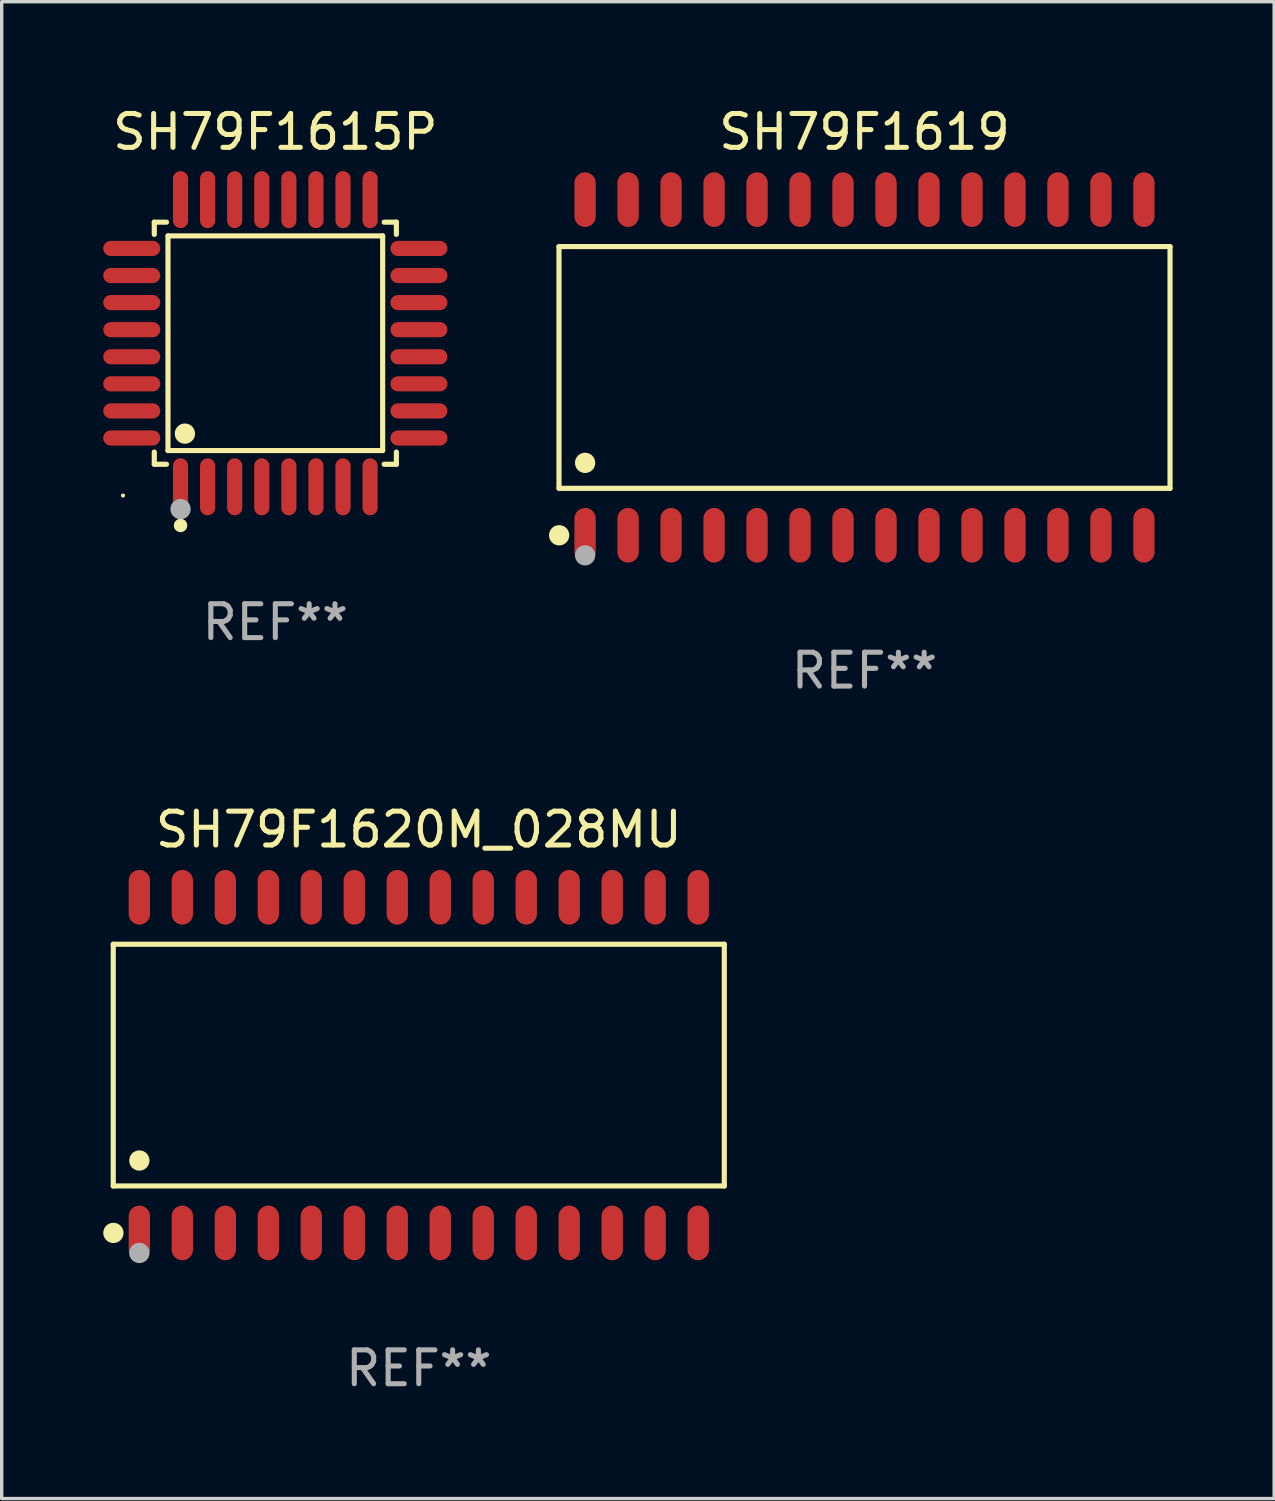
<source format=kicad_pcb>
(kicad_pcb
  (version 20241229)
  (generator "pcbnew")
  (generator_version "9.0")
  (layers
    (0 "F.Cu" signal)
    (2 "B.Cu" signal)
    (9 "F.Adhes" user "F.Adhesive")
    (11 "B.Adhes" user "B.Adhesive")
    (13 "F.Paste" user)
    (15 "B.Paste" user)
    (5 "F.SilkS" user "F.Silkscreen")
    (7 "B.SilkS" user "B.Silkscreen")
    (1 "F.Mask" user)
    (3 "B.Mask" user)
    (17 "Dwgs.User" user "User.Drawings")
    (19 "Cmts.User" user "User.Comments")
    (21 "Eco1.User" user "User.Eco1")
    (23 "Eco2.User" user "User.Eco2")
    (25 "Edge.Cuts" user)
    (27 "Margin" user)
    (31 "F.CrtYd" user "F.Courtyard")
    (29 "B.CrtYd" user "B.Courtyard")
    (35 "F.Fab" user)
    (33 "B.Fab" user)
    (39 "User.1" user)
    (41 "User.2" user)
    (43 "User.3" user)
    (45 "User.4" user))
  (footprint "SH79F1615P"
    (layer "F.Cu")
    (at 5.084 7.09)
    (property "Reference" "SH79F1615P" (at 0 -6.242 0) (layer "F.SilkS") (effects (font (size 1 1) (thickness 0.15))))
    (attr through_hole)
    (fp_line (start -3.576 -3.576) (end -3.215 -3.576) (stroke (width 0.152) (type solid)) (layer "F.SilkS"))
    (fp_line (start -3.576 -3.215) (end -3.576 -3.576) (stroke (width 0.152) (type solid)) (layer "F.SilkS"))
    (fp_line (start -3.576 3.215) (end -3.576 3.576) (stroke (width 0.152) (type solid)) (layer "F.SilkS"))
    (fp_line (start -3.576 3.576) (end -3.215 3.576) (stroke (width 0.152) (type solid)) (layer "F.SilkS"))
    (fp_line (start -3.171 -3.171) (end 3.171 -3.171) (stroke (width 0.152) (type solid)) (layer "F.SilkS"))
    (fp_line (start -3.171 3.171) (end -3.171 -3.171) (stroke (width 0.152) (type solid)) (layer "F.SilkS"))
    (fp_line (start 3.171 -3.171) (end 3.171 3.171) (stroke (width 0.152) (type solid)) (layer "F.SilkS"))
    (fp_line (start 3.171 3.171) (end -3.171 3.171) (stroke (width 0.152) (type solid)) (layer "F.SilkS"))
    (fp_line (start 3.576 -3.576) (end 3.215 -3.576) (stroke (width 0.152) (type solid)) (layer "F.SilkS"))
    (fp_line (start 3.576 -3.215) (end 3.576 -3.576) (stroke (width 0.152) (type solid)) (layer "F.SilkS"))
    (fp_line (start 3.576 3.215) (end 3.576 3.576) (stroke (width 0.152) (type solid)) (layer "F.SilkS"))
    (fp_line (start 3.576 3.576) (end 3.215 3.576) (stroke (width 0.152) (type solid)) (layer "F.SilkS"))
    (fp_circle (center -4.5 4.5) (end -4.47 4.5) (stroke (width 0.06) (type solid)) (fill no) (layer "F.SilkS"))
    (fp_circle (center -2.8 5.384) (end -2.7 5.384) (stroke (width 0.2) (type solid)) (fill no) (layer "F.SilkS"))
    (fp_circle (center -2.671 2.671) (end -2.521 2.671) (stroke (width 0.3) (type solid)) (fill no) (layer "F.SilkS"))
    (fp_circle (center -2.8 4.9) (end -2.65 4.9) (stroke (width 0.3) (type solid)) (fill no) (layer "F.Fab"))
    (fp_text user "REF**" (at 0 8.242 0) (layer "F.Fab") (effects (font (size 1 1) (thickness 0.15))))
    (pad "1" smd oval (at -2.8 4.242) (size 0.448 1.684) (layers "F.Cu" "F.Mask" "F.Paste"))
    (pad "2" smd oval (at -2 4.242) (size 0.448 1.684) (layers "F.Cu" "F.Mask" "F.Paste"))
    (pad "3" smd oval (at -1.2 4.242) (size 0.448 1.684) (layers "F.Cu" "F.Mask" "F.Paste"))
    (pad "4" smd oval (at -0.4 4.242) (size 0.448 1.684) (layers "F.Cu" "F.Mask" "F.Paste"))
    (pad "5" smd oval (at 0.4 4.242) (size 0.448 1.684) (layers "F.Cu" "F.Mask" "F.Paste"))
    (pad "6" smd oval (at 1.2 4.242) (size 0.448 1.684) (layers "F.Cu" "F.Mask" "F.Paste"))
    (pad "7" smd oval (at 2 4.242) (size 0.448 1.684) (layers "F.Cu" "F.Mask" "F.Paste"))
    (pad "8" smd oval (at 2.8 4.242) (size 0.448 1.684) (layers "F.Cu" "F.Mask" "F.Paste"))
    (pad "9" smd oval (at 4.242 2.8) (size 1.684 0.448) (layers "F.Cu" "F.Mask" "F.Paste"))
    (pad "10" smd oval (at 4.242 2) (size 1.684 0.448) (layers "F.Cu" "F.Mask" "F.Paste"))
    (pad "11" smd oval (at 4.242 1.2) (size 1.684 0.448) (layers "F.Cu" "F.Mask" "F.Paste"))
    (pad "12" smd oval (at 4.242 0.4) (size 1.684 0.448) (layers "F.Cu" "F.Mask" "F.Paste"))
    (pad "13" smd oval (at 4.242 -0.4) (size 1.684 0.448) (layers "F.Cu" "F.Mask" "F.Paste"))
    (pad "14" smd oval (at 4.242 -1.2) (size 1.684 0.448) (layers "F.Cu" "F.Mask" "F.Paste"))
    (pad "15" smd oval (at 4.242 -2) (size 1.684 0.448) (layers "F.Cu" "F.Mask" "F.Paste"))
    (pad "16" smd oval (at 4.242 -2.8) (size 1.684 0.448) (layers "F.Cu" "F.Mask" "F.Paste"))
    (pad "17" smd oval (at 2.8 -4.242) (size 0.448 1.684) (layers "F.Cu" "F.Mask" "F.Paste"))
    (pad "18" smd oval (at 2 -4.242) (size 0.448 1.684) (layers "F.Cu" "F.Mask" "F.Paste"))
    (pad "19" smd oval (at 1.2 -4.242) (size 0.448 1.684) (layers "F.Cu" "F.Mask" "F.Paste"))
    (pad "20" smd oval (at 0.4 -4.242) (size 0.448 1.684) (layers "F.Cu" "F.Mask" "F.Paste"))
    (pad "21" smd oval (at -0.4 -4.242) (size 0.448 1.684) (layers "F.Cu" "F.Mask" "F.Paste"))
    (pad "22" smd oval (at -1.2 -4.242) (size 0.448 1.684) (layers "F.Cu" "F.Mask" "F.Paste"))
    (pad "23" smd oval (at -2 -4.242) (size 0.448 1.684) (layers "F.Cu" "F.Mask" "F.Paste"))
    (pad "24" smd oval (at -2.8 -4.242) (size 0.448 1.684) (layers "F.Cu" "F.Mask" "F.Paste"))
    (pad "25" smd oval (at -4.242 -2.8) (size 1.684 0.448) (layers "F.Cu" "F.Mask" "F.Paste"))
    (pad "26" smd oval (at -4.242 -2) (size 1.684 0.448) (layers "F.Cu" "F.Mask" "F.Paste"))
    (pad "27" smd oval (at -4.242 -1.2) (size 1.684 0.448) (layers "F.Cu" "F.Mask" "F.Paste"))
    (pad "28" smd oval (at -4.242 -0.4) (size 1.684 0.448) (layers "F.Cu" "F.Mask" "F.Paste"))
    (pad "29" smd oval (at -4.242 0.4) (size 1.684 0.448) (layers "F.Cu" "F.Mask" "F.Paste"))
    (pad "30" smd oval (at -4.242 1.2) (size 1.684 0.448) (layers "F.Cu" "F.Mask" "F.Paste"))
    (pad "31" smd oval (at -4.242 2) (size 1.684 0.448) (layers "F.Cu" "F.Mask" "F.Paste"))
    (pad "32" smd oval (at -4.242 2.8) (size 1.684 0.448) (layers "F.Cu" "F.Mask" "F.Paste")))
  (footprint "SH79F1620M_028MU"
    (layer "F.Cu")
    (at 9.322 28.417)
    (property "Reference" "SH79F1620M_028MU" (at 0 -6.958 0) (layer "F.SilkS") (effects (font (size 1 1) (thickness 0.15))))
    (attr through_hole)
    (fp_line (start -9.026 -3.571) (end 9.026 -3.571) (stroke (width 0.152) (type solid)) (layer "F.SilkS"))
    (fp_line (start -9.026 3.571) (end -9.026 -3.571) (stroke (width 0.152) (type solid)) (layer "F.SilkS"))
    (fp_line (start 9.026 -3.571) (end 9.026 3.571) (stroke (width 0.152) (type solid)) (layer "F.SilkS"))
    (fp_line (start 9.026 3.571) (end -9.026 3.571) (stroke (width 0.152) (type solid)) (layer "F.SilkS"))
    (fp_circle (center -9.022 4.958) (end -8.872 4.958) (stroke (width 0.3) (type solid)) (fill no) (layer "F.SilkS"))
    (fp_circle (center -8.95 5.15) (end -8.92 5.15) (stroke (width 0.06) (type solid)) (fill no) (layer "F.SilkS"))
    (fp_circle (center -8.255 2.819) (end -8.105 2.819) (stroke (width 0.3) (type solid)) (fill no) (layer "F.SilkS"))
    (fp_circle (center -8.255 5.55) (end -8.105 5.55) (stroke (width 0.3) (type solid)) (fill no) (layer "F.Fab"))
    (fp_text user "REF**" (at 0 8.958 0) (layer "F.Fab") (effects (font (size 1 1) (thickness 0.15))))
    (pad "1" smd oval (at -8.255 4.958) (size 0.63 1.615) (layers "F.Cu" "F.Mask" "F.Paste"))
    (pad "2" smd oval (at -6.985 4.958) (size 0.63 1.615) (layers "F.Cu" "F.Mask" "F.Paste"))
    (pad "3" smd oval (at -5.715 4.958) (size 0.63 1.615) (layers "F.Cu" "F.Mask" "F.Paste"))
    (pad "4" smd oval (at -4.445 4.958) (size 0.63 1.615) (layers "F.Cu" "F.Mask" "F.Paste"))
    (pad "5" smd oval (at -3.175 4.958) (size 0.63 1.615) (layers "F.Cu" "F.Mask" "F.Paste"))
    (pad "6" smd oval (at -1.905 4.958) (size 0.63 1.615) (layers "F.Cu" "F.Mask" "F.Paste"))
    (pad "7" smd oval (at -0.635 4.958) (size 0.63 1.615) (layers "F.Cu" "F.Mask" "F.Paste"))
    (pad "8" smd oval (at 0.635 4.958) (size 0.63 1.615) (layers "F.Cu" "F.Mask" "F.Paste"))
    (pad "9" smd oval (at 1.905 4.958) (size 0.63 1.615) (layers "F.Cu" "F.Mask" "F.Paste"))
    (pad "10" smd oval (at 3.175 4.958) (size 0.63 1.615) (layers "F.Cu" "F.Mask" "F.Paste"))
    (pad "11" smd oval (at 4.445 4.958) (size 0.63 1.615) (layers "F.Cu" "F.Mask" "F.Paste"))
    (pad "12" smd oval (at 5.715 4.958) (size 0.63 1.615) (layers "F.Cu" "F.Mask" "F.Paste"))
    (pad "13" smd oval (at 6.985 4.958) (size 0.63 1.615) (layers "F.Cu" "F.Mask" "F.Paste"))
    (pad "14" smd oval (at 8.255 4.958) (size 0.63 1.615) (layers "F.Cu" "F.Mask" "F.Paste"))
    (pad "15" smd oval (at 8.255 -4.958) (size 0.63 1.615) (layers "F.Cu" "F.Mask" "F.Paste"))
    (pad "16" smd oval (at 6.985 -4.958) (size 0.63 1.615) (layers "F.Cu" "F.Mask" "F.Paste"))
    (pad "17" smd oval (at 5.715 -4.958) (size 0.63 1.615) (layers "F.Cu" "F.Mask" "F.Paste"))
    (pad "18" smd oval (at 4.445 -4.958) (size 0.63 1.615) (layers "F.Cu" "F.Mask" "F.Paste"))
    (pad "19" smd oval (at 3.175 -4.958) (size 0.63 1.615) (layers "F.Cu" "F.Mask" "F.Paste"))
    (pad "20" smd oval (at 1.905 -4.958) (size 0.63 1.615) (layers "F.Cu" "F.Mask" "F.Paste"))
    (pad "21" smd oval (at 0.635 -4.958) (size 0.63 1.615) (layers "F.Cu" "F.Mask" "F.Paste"))
    (pad "22" smd oval (at -0.635 -4.958) (size 0.63 1.615) (layers "F.Cu" "F.Mask" "F.Paste"))
    (pad "23" smd oval (at -1.905 -4.958) (size 0.63 1.615) (layers "F.Cu" "F.Mask" "F.Paste"))
    (pad "24" smd oval (at -3.175 -4.958) (size 0.63 1.615) (layers "F.Cu" "F.Mask" "F.Paste"))
    (pad "25" smd oval (at -4.445 -4.958) (size 0.63 1.615) (layers "F.Cu" "F.Mask" "F.Paste"))
    (pad "26" smd oval (at -5.715 -4.958) (size 0.63 1.615) (layers "F.Cu" "F.Mask" "F.Paste"))
    (pad "27" smd oval (at -6.985 -4.958) (size 0.63 1.615) (layers "F.Cu" "F.Mask" "F.Paste"))
    (pad "28" smd oval (at -8.255 -4.958) (size 0.63 1.615) (layers "F.Cu" "F.Mask" "F.Paste")))
  (footprint "SH79F1619"
    (layer "F.Cu")
    (at 22.491 7.806)
    (property "Reference" "SH79F1619" (at 0 -6.958 0) (layer "F.SilkS") (effects (font (size 1 1) (thickness 0.15))))
    (attr through_hole)
    (fp_line (start -9.026 -3.571) (end 9.026 -3.571) (stroke (width 0.152) (type solid)) (layer "F.SilkS"))
    (fp_line (start -9.026 3.571) (end -9.026 -3.571) (stroke (width 0.152) (type solid)) (layer "F.SilkS"))
    (fp_line (start 9.026 -3.571) (end 9.026 3.571) (stroke (width 0.152) (type solid)) (layer "F.SilkS"))
    (fp_line (start 9.026 3.571) (end -9.026 3.571) (stroke (width 0.152) (type solid)) (layer "F.SilkS"))
    (fp_circle (center -9.022 4.958) (end -8.872 4.958) (stroke (width 0.3) (type solid)) (fill no) (layer "F.SilkS"))
    (fp_circle (center -8.95 5.15) (end -8.92 5.15) (stroke (width 0.06) (type solid)) (fill no) (layer "F.SilkS"))
    (fp_circle (center -8.255 2.819) (end -8.105 2.819) (stroke (width 0.3) (type solid)) (fill no) (layer "F.SilkS"))
    (fp_circle (center -8.255 5.55) (end -8.105 5.55) (stroke (width 0.3) (type solid)) (fill no) (layer "F.Fab"))
    (fp_text user "REF**" (at 0 8.958 0) (layer "F.Fab") (effects (font (size 1 1) (thickness 0.15))))
    (pad "1" smd oval (at -8.255 4.958) (size 0.63 1.615) (layers "F.Cu" "F.Mask" "F.Paste"))
    (pad "2" smd oval (at -6.985 4.958) (size 0.63 1.615) (layers "F.Cu" "F.Mask" "F.Paste"))
    (pad "3" smd oval (at -5.715 4.958) (size 0.63 1.615) (layers "F.Cu" "F.Mask" "F.Paste"))
    (pad "4" smd oval (at -4.445 4.958) (size 0.63 1.615) (layers "F.Cu" "F.Mask" "F.Paste"))
    (pad "5" smd oval (at -3.175 4.958) (size 0.63 1.615) (layers "F.Cu" "F.Mask" "F.Paste"))
    (pad "6" smd oval (at -1.905 4.958) (size 0.63 1.615) (layers "F.Cu" "F.Mask" "F.Paste"))
    (pad "7" smd oval (at -0.635 4.958) (size 0.63 1.615) (layers "F.Cu" "F.Mask" "F.Paste"))
    (pad "8" smd oval (at 0.635 4.958) (size 0.63 1.615) (layers "F.Cu" "F.Mask" "F.Paste"))
    (pad "9" smd oval (at 1.905 4.958) (size 0.63 1.615) (layers "F.Cu" "F.Mask" "F.Paste"))
    (pad "10" smd oval (at 3.175 4.958) (size 0.63 1.615) (layers "F.Cu" "F.Mask" "F.Paste"))
    (pad "11" smd oval (at 4.445 4.958) (size 0.63 1.615) (layers "F.Cu" "F.Mask" "F.Paste"))
    (pad "12" smd oval (at 5.715 4.958) (size 0.63 1.615) (layers "F.Cu" "F.Mask" "F.Paste"))
    (pad "13" smd oval (at 6.985 4.958) (size 0.63 1.615) (layers "F.Cu" "F.Mask" "F.Paste"))
    (pad "14" smd oval (at 8.255 4.958) (size 0.63 1.615) (layers "F.Cu" "F.Mask" "F.Paste"))
    (pad "15" smd oval (at 8.255 -4.958) (size 0.63 1.615) (layers "F.Cu" "F.Mask" "F.Paste"))
    (pad "16" smd oval (at 6.985 -4.958) (size 0.63 1.615) (layers "F.Cu" "F.Mask" "F.Paste"))
    (pad "17" smd oval (at 5.715 -4.958) (size 0.63 1.615) (layers "F.Cu" "F.Mask" "F.Paste"))
    (pad "18" smd oval (at 4.445 -4.958) (size 0.63 1.615) (layers "F.Cu" "F.Mask" "F.Paste"))
    (pad "19" smd oval (at 3.175 -4.958) (size 0.63 1.615) (layers "F.Cu" "F.Mask" "F.Paste"))
    (pad "20" smd oval (at 1.905 -4.958) (size 0.63 1.615) (layers "F.Cu" "F.Mask" "F.Paste"))
    (pad "21" smd oval (at 0.635 -4.958) (size 0.63 1.615) (layers "F.Cu" "F.Mask" "F.Paste"))
    (pad "22" smd oval (at -0.635 -4.958) (size 0.63 1.615) (layers "F.Cu" "F.Mask" "F.Paste"))
    (pad "23" smd oval (at -1.905 -4.958) (size 0.63 1.615) (layers "F.Cu" "F.Mask" "F.Paste"))
    (pad "24" smd oval (at -3.175 -4.958) (size 0.63 1.615) (layers "F.Cu" "F.Mask" "F.Paste"))
    (pad "25" smd oval (at -4.445 -4.958) (size 0.63 1.615) (layers "F.Cu" "F.Mask" "F.Paste"))
    (pad "26" smd oval (at -5.715 -4.958) (size 0.63 1.615) (layers "F.Cu" "F.Mask" "F.Paste"))
    (pad "27" smd oval (at -6.985 -4.958) (size 0.63 1.615) (layers "F.Cu" "F.Mask" "F.Paste"))
    (pad "28" smd oval (at -8.255 -4.958) (size 0.63 1.615) (layers "F.Cu" "F.Mask" "F.Paste")))
  (gr_rect
    (start -3 -3)
    (end 34.593 41.223)
    (stroke (width 0.1) (type default))
    (fill no)
    (layer "Edge.Cuts")))
</source>
